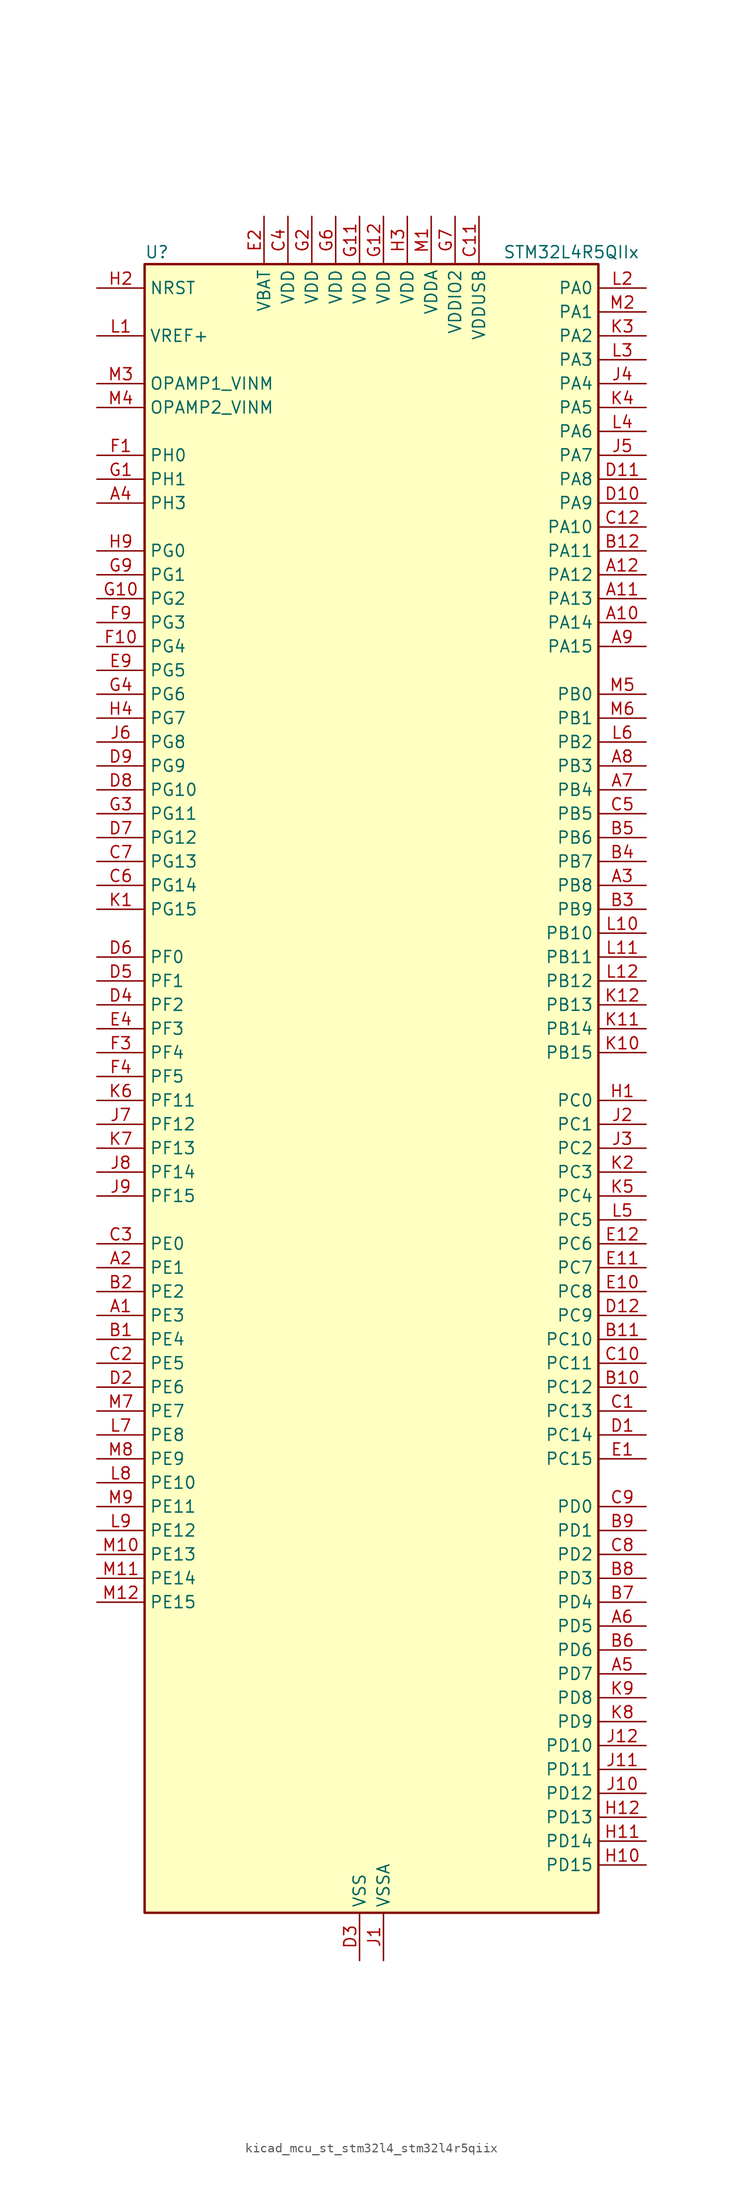
<source format=kicad_sym>
(kicad_symbol_lib
  (version 20220914)
  (generator kicad_symbol_editor)
  (symbol "kicad_mcu_st_stm32l4_stm32l4r5qiix"
    (property "Reference" "U"
      (at -22.86 90.17 0)
      (effects (font (size 1.27 1.27)) (justify left)))
    (property "Value" "STM32L4R5QIIx"
      (at 15.24 90.17 0)
      (effects (font (size 1.27 1.27)) (justify left)))
    (property "ki_locked" ""
      (at 0 0 0)
      (effects (font (size 1.27 1.27))))
    (symbol "kicad_mcu_st_stm32l4_stm32l4r5qiix_0_1"
      (rectangle (start -22.86 -86.36) (end 25.4 88.9) (stroke (width 0.254) (type default)) (fill (type background))))
    (symbol "kicad_mcu_st_stm32l4_stm32l4r5qiix_1_1"
      (pin bidirectional line (at -27.94 -22.86 0) (length 5.08) (name "PE3" (effects (font (size 1.27 1.27)))) (number "A1" (effects (font (size 1.27 1.27)))) (alternate "FMC_A19" bidirectional line) (alternate "OCTOSPIM_P1_DQS" bidirectional line) (alternate "SAI1_SD_B" bidirectional line) (alternate "SYS_TRACED0" bidirectional line) (alternate "TIM3_CH1" bidirectional line) (alternate "TSC_G7_IO2" bidirectional line))
      (pin bidirectional line (at 30.48 50.8 180) (length 5.08) (name "PA14" (effects (font (size 1.27 1.27)))) (number "A10" (effects (font (size 1.27 1.27)))) (alternate "I2C1_SMBA" bidirectional line) (alternate "I2C4_SMBA" bidirectional line) (alternate "LPTIM1_OUT" bidirectional line) (alternate "SAI1_FS_B" bidirectional line) (alternate "SYS_JTCK-SWCLK" bidirectional line) (alternate "USB_OTG_FS_SOF" bidirectional line))
      (pin bidirectional line (at 30.48 53.34 180) (length 5.08) (name "PA13" (effects (font (size 1.27 1.27)))) (number "A11" (effects (font (size 1.27 1.27)))) (alternate "IR_OUT" bidirectional line) (alternate "SAI1_SD_B" bidirectional line) (alternate "SYS_JTMS-SWDIO" bidirectional line) (alternate "USB_OTG_FS_NOE" bidirectional line))
      (pin bidirectional line (at 30.48 55.88 180) (length 5.08) (name "PA12" (effects (font (size 1.27 1.27)))) (number "A12" (effects (font (size 1.27 1.27)))) (alternate "CAN1_TX" bidirectional line) (alternate "SPI1_MOSI" bidirectional line) (alternate "TIM1_ETR" bidirectional line) (alternate "USART1_DE" bidirectional line) (alternate "USART1_RTS" bidirectional line) (alternate "USB_OTG_FS_DP" bidirectional line))
      (pin bidirectional line (at -27.94 -17.78 0) (length 5.08) (name "PE1" (effects (font (size 1.27 1.27)))) (number "A2" (effects (font (size 1.27 1.27)))) (alternate "DCMI_D3" bidirectional line) (alternate "FMC_NBL1" bidirectional line) (alternate "TIM17_CH1" bidirectional line))
      (pin bidirectional line (at 30.48 22.86 180) (length 5.08) (name "PB8" (effects (font (size 1.27 1.27)))) (number "A3" (effects (font (size 1.27 1.27)))) (alternate "CAN1_RX" bidirectional line) (alternate "DCMI_D6" bidirectional line) (alternate "DFSDM1_CKOUT" bidirectional line) (alternate "DFSDM1_DATIN6" bidirectional line) (alternate "I2C1_SCL" bidirectional line) (alternate "SAI1_CK1" bidirectional line) (alternate "SAI1_MCLK_A" bidirectional line) (alternate "SDMMC1_CKIN" bidirectional line) (alternate "SDMMC1_D4" bidirectional line) (alternate "TIM16_CH1" bidirectional line) (alternate "TIM4_CH3" bidirectional line))
      (pin bidirectional line (at -27.94 63.5 0) (length 5.08) (name "PH3" (effects (font (size 1.27 1.27)))) (number "A4" (effects (font (size 1.27 1.27)))))
      (pin bidirectional line (at 30.48 -60.96 180) (length 5.08) (name "PD7" (effects (font (size 1.27 1.27)))) (number "A5" (effects (font (size 1.27 1.27)))) (alternate "DFSDM1_CKIN1" bidirectional line) (alternate "FMC_NCE" bidirectional line) (alternate "FMC_NE1" bidirectional line) (alternate "OCTOSPIM_P1_IO7" bidirectional line) (alternate "USART2_CK" bidirectional line))
      (pin bidirectional line (at 30.48 -55.88 180) (length 5.08) (name "PD5" (effects (font (size 1.27 1.27)))) (number "A6" (effects (font (size 1.27 1.27)))) (alternate "FMC_NWE" bidirectional line) (alternate "OCTOSPIM_P1_IO5" bidirectional line) (alternate "USART2_TX" bidirectional line))
      (pin bidirectional line (at 30.48 33.02 180) (length 5.08) (name "PB4" (effects (font (size 1.27 1.27)))) (number "A7" (effects (font (size 1.27 1.27)))) (alternate "COMP2_INP" bidirectional line) (alternate "DCMI_D12" bidirectional line) (alternate "I2C3_SDA" bidirectional line) (alternate "SAI1_MCLK_B" bidirectional line) (alternate "SPI1_MISO" bidirectional line) (alternate "SPI3_MISO" bidirectional line) (alternate "SYS_JTRST" bidirectional line) (alternate "TIM17_BKIN" bidirectional line) (alternate "TIM3_CH1" bidirectional line) (alternate "TSC_G2_IO1" bidirectional line) (alternate "UART5_DE" bidirectional line) (alternate "UART5_RTS" bidirectional line) (alternate "USART1_CTS" bidirectional line) (alternate "USART1_NSS" bidirectional line))
      (pin bidirectional line (at 30.48 35.56 180) (length 5.08) (name "PB3" (effects (font (size 1.27 1.27)))) (number "A8" (effects (font (size 1.27 1.27)))) (alternate "COMP2_INM" bidirectional line) (alternate "CRS_SYNC" bidirectional line) (alternate "SAI1_SCK_B" bidirectional line) (alternate "SPI1_SCK" bidirectional line) (alternate "SPI3_SCK" bidirectional line) (alternate "SYS_JTDO-SWO" bidirectional line) (alternate "TIM2_CH2" bidirectional line) (alternate "USART1_DE" bidirectional line) (alternate "USART1_RTS" bidirectional line))
      (pin bidirectional line (at 30.48 48.26 180) (length 5.08) (name "PA15" (effects (font (size 1.27 1.27)))) (number "A9" (effects (font (size 1.27 1.27)))) (alternate "ADC1_EXTI15" bidirectional line) (alternate "SAI2_FS_B" bidirectional line) (alternate "SPI1_NSS" bidirectional line) (alternate "SPI3_NSS" bidirectional line) (alternate "SYS_JTDI" bidirectional line) (alternate "TIM2_CH1" bidirectional line) (alternate "TIM2_ETR" bidirectional line) (alternate "TSC_G3_IO1" bidirectional line) (alternate "UART4_DE" bidirectional line) (alternate "UART4_RTS" bidirectional line) (alternate "USART2_RX" bidirectional line) (alternate "USART3_DE" bidirectional line) (alternate "USART3_RTS" bidirectional line))
      (pin bidirectional line (at -27.94 -25.4 0) (length 5.08) (name "PE4" (effects (font (size 1.27 1.27)))) (number "B1" (effects (font (size 1.27 1.27)))) (alternate "DCMI_D4" bidirectional line) (alternate "DFSDM1_DATIN3" bidirectional line) (alternate "FMC_A20" bidirectional line) (alternate "SAI1_D2" bidirectional line) (alternate "SAI1_FS_A" bidirectional line) (alternate "SYS_TRACED1" bidirectional line) (alternate "TIM3_CH2" bidirectional line) (alternate "TSC_G7_IO3" bidirectional line))
      (pin bidirectional line (at 30.48 -30.48 180) (length 5.08) (name "PC12" (effects (font (size 1.27 1.27)))) (number "B10" (effects (font (size 1.27 1.27)))) (alternate "DCMI_D9" bidirectional line) (alternate "SAI2_SD_B" bidirectional line) (alternate "SDMMC1_CK" bidirectional line) (alternate "SPI3_MOSI" bidirectional line) (alternate "SYS_TRACED3" bidirectional line) (alternate "TSC_G3_IO4" bidirectional line) (alternate "UART5_TX" bidirectional line) (alternate "USART3_CK" bidirectional line))
      (pin bidirectional line (at 30.48 -25.4 180) (length 5.08) (name "PC10" (effects (font (size 1.27 1.27)))) (number "B11" (effects (font (size 1.27 1.27)))) (alternate "DCMI_D8" bidirectional line) (alternate "SAI2_SCK_B" bidirectional line) (alternate "SDMMC1_D2" bidirectional line) (alternate "SPI3_SCK" bidirectional line) (alternate "SYS_TRACED1" bidirectional line) (alternate "TSC_G3_IO2" bidirectional line) (alternate "UART4_TX" bidirectional line) (alternate "USART3_TX" bidirectional line))
      (pin bidirectional line (at 30.48 58.42 180) (length 5.08) (name "PA11" (effects (font (size 1.27 1.27)))) (number "B12" (effects (font (size 1.27 1.27)))) (alternate "ADC1_EXTI11" bidirectional line) (alternate "CAN1_RX" bidirectional line) (alternate "SPI1_MISO" bidirectional line) (alternate "TIM1_BKIN2" bidirectional line) (alternate "TIM1_CH4" bidirectional line) (alternate "USART1_CTS" bidirectional line) (alternate "USART1_NSS" bidirectional line) (alternate "USB_OTG_FS_DM" bidirectional line))
      (pin bidirectional line (at -27.94 -20.32 0) (length 5.08) (name "PE2" (effects (font (size 1.27 1.27)))) (number "B2" (effects (font (size 1.27 1.27)))) (alternate "FMC_A23" bidirectional line) (alternate "SAI1_CK1" bidirectional line) (alternate "SAI1_MCLK_A" bidirectional line) (alternate "SYS_TRACECLK" bidirectional line) (alternate "TIM3_ETR" bidirectional line) (alternate "TSC_G7_IO1" bidirectional line))
      (pin bidirectional line (at 30.48 20.32 180) (length 5.08) (name "PB9" (effects (font (size 1.27 1.27)))) (number "B3" (effects (font (size 1.27 1.27)))) (alternate "CAN1_TX" bidirectional line) (alternate "DAC1_EXTI9" bidirectional line) (alternate "DCMI_D7" bidirectional line) (alternate "DFSDM1_CKIN6" bidirectional line) (alternate "I2C1_SDA" bidirectional line) (alternate "IR_OUT" bidirectional line) (alternate "SAI1_D2" bidirectional line) (alternate "SAI1_FS_A" bidirectional line) (alternate "SDMMC1_CDIR" bidirectional line) (alternate "SDMMC1_D5" bidirectional line) (alternate "SPI2_NSS" bidirectional line) (alternate "TIM17_CH1" bidirectional line) (alternate "TIM4_CH4" bidirectional line))
      (pin bidirectional line (at 30.48 25.4 180) (length 5.08) (name "PB7" (effects (font (size 1.27 1.27)))) (number "B4" (effects (font (size 1.27 1.27)))) (alternate "COMP2_INM" bidirectional line) (alternate "DCMI_VSYNC" bidirectional line) (alternate "DFSDM1_CKIN5" bidirectional line) (alternate "FMC_NL" bidirectional line) (alternate "I2C1_SDA" bidirectional line) (alternate "I2C4_SDA" bidirectional line) (alternate "LPTIM1_IN2" bidirectional line) (alternate "SYS_PVD_IN" bidirectional line) (alternate "TIM17_CH1N" bidirectional line) (alternate "TIM4_CH2" bidirectional line) (alternate "TIM8_BKIN" bidirectional line) (alternate "TSC_G2_IO4" bidirectional line) (alternate "UART4_CTS" bidirectional line) (alternate "USART1_RX" bidirectional line))
      (pin bidirectional line (at 30.48 27.94 180) (length 5.08) (name "PB6" (effects (font (size 1.27 1.27)))) (number "B5" (effects (font (size 1.27 1.27)))) (alternate "COMP2_INP" bidirectional line) (alternate "DCMI_D5" bidirectional line) (alternate "DFSDM1_DATIN5" bidirectional line) (alternate "I2C1_SCL" bidirectional line) (alternate "I2C4_SCL" bidirectional line) (alternate "LPTIM1_ETR" bidirectional line) (alternate "SAI1_FS_B" bidirectional line) (alternate "TIM16_CH1N" bidirectional line) (alternate "TIM4_CH1" bidirectional line) (alternate "TIM8_BKIN2" bidirectional line) (alternate "TSC_G2_IO3" bidirectional line) (alternate "USART1_TX" bidirectional line))
      (pin bidirectional line (at 30.48 -58.42 180) (length 5.08) (name "PD6" (effects (font (size 1.27 1.27)))) (number "B6" (effects (font (size 1.27 1.27)))) (alternate "DCMI_D10" bidirectional line) (alternate "DFSDM1_DATIN1" bidirectional line) (alternate "FMC_NWAIT" bidirectional line) (alternate "OCTOSPIM_P1_IO6" bidirectional line) (alternate "SAI1_D1" bidirectional line) (alternate "SAI1_SD_A" bidirectional line) (alternate "SPI3_MOSI" bidirectional line) (alternate "USART2_RX" bidirectional line))
      (pin bidirectional line (at 30.48 -53.34 180) (length 5.08) (name "PD4" (effects (font (size 1.27 1.27)))) (number "B7" (effects (font (size 1.27 1.27)))) (alternate "DFSDM1_CKIN0" bidirectional line) (alternate "FMC_NOE" bidirectional line) (alternate "OCTOSPIM_P1_IO4" bidirectional line) (alternate "SPI2_MOSI" bidirectional line) (alternate "USART2_DE" bidirectional line) (alternate "USART2_RTS" bidirectional line))
      (pin bidirectional line (at 30.48 -50.8 180) (length 5.08) (name "PD3" (effects (font (size 1.27 1.27)))) (number "B8" (effects (font (size 1.27 1.27)))) (alternate "DCMI_D5" bidirectional line) (alternate "DFSDM1_DATIN0" bidirectional line) (alternate "FMC_CLK" bidirectional line) (alternate "OCTOSPIM_P2_NCS" bidirectional line) (alternate "SPI2_MISO" bidirectional line) (alternate "SPI2_SCK" bidirectional line) (alternate "USART2_CTS" bidirectional line) (alternate "USART2_NSS" bidirectional line))
      (pin bidirectional line (at 30.48 -45.72 180) (length 5.08) (name "PD1" (effects (font (size 1.27 1.27)))) (number "B9" (effects (font (size 1.27 1.27)))) (alternate "CAN1_TX" bidirectional line) (alternate "DFSDM1_CKIN7" bidirectional line) (alternate "FMC_D3" bidirectional line) (alternate "FMC_DA3" bidirectional line) (alternate "SPI2_SCK" bidirectional line))
      (pin bidirectional line (at 30.48 -33.02 180) (length 5.08) (name "PC13" (effects (font (size 1.27 1.27)))) (number "C1" (effects (font (size 1.27 1.27)))) (alternate "RTC_OUT_ALARM" bidirectional line) (alternate "RTC_OUT_CALIB" bidirectional line) (alternate "RTC_TAMP1" bidirectional line) (alternate "RTC_TS" bidirectional line) (alternate "SYS_WKUP2" bidirectional line))
      (pin bidirectional line (at 30.48 -27.94 180) (length 5.08) (name "PC11" (effects (font (size 1.27 1.27)))) (number "C10" (effects (font (size 1.27 1.27)))) (alternate "ADC1_EXTI11" bidirectional line) (alternate "DCMI_D2" bidirectional line) (alternate "DCMI_D4" bidirectional line) (alternate "OCTOSPIM_P1_NCS" bidirectional line) (alternate "SAI2_MCLK_B" bidirectional line) (alternate "SDMMC1_D3" bidirectional line) (alternate "SPI3_MISO" bidirectional line) (alternate "TSC_G3_IO3" bidirectional line) (alternate "UART4_RX" bidirectional line) (alternate "USART3_RX" bidirectional line))
      (pin power_in line (at 12.7 93.98 270) (length 5.08) (name "VDDUSB" (effects (font (size 1.27 1.27)))) (number "C11" (effects (font (size 1.27 1.27)))))
      (pin bidirectional line (at 30.48 60.96 180) (length 5.08) (name "PA10" (effects (font (size 1.27 1.27)))) (number "C12" (effects (font (size 1.27 1.27)))) (alternate "DCMI_D1" bidirectional line) (alternate "SAI1_D1" bidirectional line) (alternate "SAI1_SD_A" bidirectional line) (alternate "TIM17_BKIN" bidirectional line) (alternate "TIM1_CH3" bidirectional line) (alternate "USART1_RX" bidirectional line) (alternate "USB_OTG_FS_ID" bidirectional line))
      (pin bidirectional line (at -27.94 -27.94 0) (length 5.08) (name "PE5" (effects (font (size 1.27 1.27)))) (number "C2" (effects (font (size 1.27 1.27)))) (alternate "DCMI_D6" bidirectional line) (alternate "DFSDM1_CKIN3" bidirectional line) (alternate "FMC_A21" bidirectional line) (alternate "SAI1_CK2" bidirectional line) (alternate "SAI1_SCK_A" bidirectional line) (alternate "SYS_TRACED2" bidirectional line) (alternate "TIM3_CH3" bidirectional line) (alternate "TSC_G7_IO4" bidirectional line))
      (pin bidirectional line (at -27.94 -15.24 0) (length 5.08) (name "PE0" (effects (font (size 1.27 1.27)))) (number "C3" (effects (font (size 1.27 1.27)))) (alternate "DCMI_D2" bidirectional line) (alternate "FMC_NBL0" bidirectional line) (alternate "TIM16_CH1" bidirectional line) (alternate "TIM4_ETR" bidirectional line))
      (pin power_in line (at -7.62 93.98 270) (length 5.08) (name "VDD" (effects (font (size 1.27 1.27)))) (number "C4" (effects (font (size 1.27 1.27)))))
      (pin bidirectional line (at 30.48 30.48 180) (length 5.08) (name "PB5" (effects (font (size 1.27 1.27)))) (number "C5" (effects (font (size 1.27 1.27)))) (alternate "COMP2_OUT" bidirectional line) (alternate "DCMI_D10" bidirectional line) (alternate "I2C1_SMBA" bidirectional line) (alternate "LPTIM1_IN1" bidirectional line) (alternate "SAI1_SD_B" bidirectional line) (alternate "SPI1_MOSI" bidirectional line) (alternate "SPI3_MOSI" bidirectional line) (alternate "TIM16_BKIN" bidirectional line) (alternate "TIM3_CH2" bidirectional line) (alternate "TSC_G2_IO2" bidirectional line) (alternate "UART5_CTS" bidirectional line) (alternate "USART1_CK" bidirectional line))
      (pin bidirectional line (at -27.94 22.86 0) (length 5.08) (name "PG14" (effects (font (size 1.27 1.27)))) (number "C6" (effects (font (size 1.27 1.27)))) (alternate "FMC_A25" bidirectional line) (alternate "I2C1_SCL" bidirectional line))
      (pin bidirectional line (at -27.94 25.4 0) (length 5.08) (name "PG13" (effects (font (size 1.27 1.27)))) (number "C7" (effects (font (size 1.27 1.27)))) (alternate "FMC_A24" bidirectional line) (alternate "I2C1_SDA" bidirectional line) (alternate "USART1_CK" bidirectional line))
      (pin bidirectional line (at 30.48 -48.26 180) (length 5.08) (name "PD2" (effects (font (size 1.27 1.27)))) (number "C8" (effects (font (size 1.27 1.27)))) (alternate "DCMI_D11" bidirectional line) (alternate "SDMMC1_CMD" bidirectional line) (alternate "SYS_TRACED2" bidirectional line) (alternate "TIM3_ETR" bidirectional line) (alternate "TSC_SYNC" bidirectional line) (alternate "UART5_RX" bidirectional line) (alternate "USART3_DE" bidirectional line) (alternate "USART3_RTS" bidirectional line))
      (pin bidirectional line (at 30.48 -43.18 180) (length 5.08) (name "PD0" (effects (font (size 1.27 1.27)))) (number "C9" (effects (font (size 1.27 1.27)))) (alternate "CAN1_RX" bidirectional line) (alternate "DFSDM1_DATIN7" bidirectional line) (alternate "FMC_D2" bidirectional line) (alternate "FMC_DA2" bidirectional line) (alternate "SPI2_NSS" bidirectional line))
      (pin bidirectional line (at 30.48 -35.56 180) (length 5.08) (name "PC14" (effects (font (size 1.27 1.27)))) (number "D1" (effects (font (size 1.27 1.27)))) (alternate "RCC_OSC32_IN" bidirectional line))
      (pin bidirectional line (at 30.48 63.5 180) (length 5.08) (name "PA9" (effects (font (size 1.27 1.27)))) (number "D10" (effects (font (size 1.27 1.27)))) (alternate "DAC1_EXTI9" bidirectional line) (alternate "DCMI_D0" bidirectional line) (alternate "SAI1_FS_A" bidirectional line) (alternate "SPI2_SCK" bidirectional line) (alternate "TIM15_BKIN" bidirectional line) (alternate "TIM1_CH2" bidirectional line) (alternate "USART1_TX" bidirectional line) (alternate "USB_OTG_FS_VBUS" bidirectional line))
      (pin bidirectional line (at 30.48 66.04 180) (length 5.08) (name "PA8" (effects (font (size 1.27 1.27)))) (number "D11" (effects (font (size 1.27 1.27)))) (alternate "LPTIM2_OUT" bidirectional line) (alternate "RCC_MCO" bidirectional line) (alternate "SAI1_CK2" bidirectional line) (alternate "SAI1_SCK_A" bidirectional line) (alternate "TIM1_CH1" bidirectional line) (alternate "USART1_CK" bidirectional line) (alternate "USB_OTG_FS_SOF" bidirectional line))
      (pin bidirectional line (at 30.48 -22.86 180) (length 5.08) (name "PC9" (effects (font (size 1.27 1.27)))) (number "D12" (effects (font (size 1.27 1.27)))) (alternate "DAC1_EXTI9" bidirectional line) (alternate "DCMI_D3" bidirectional line) (alternate "I2C3_SDA" bidirectional line) (alternate "SAI2_EXTCLK" bidirectional line) (alternate "SDMMC1_D1" bidirectional line) (alternate "SYS_TRACED0" bidirectional line) (alternate "TIM3_CH4" bidirectional line) (alternate "TIM8_BKIN2" bidirectional line) (alternate "TIM8_CH4" bidirectional line) (alternate "TSC_G4_IO4" bidirectional line) (alternate "USB_OTG_FS_NOE" bidirectional line))
      (pin bidirectional line (at -27.94 -30.48 0) (length 5.08) (name "PE6" (effects (font (size 1.27 1.27)))) (number "D2" (effects (font (size 1.27 1.27)))) (alternate "DCMI_D7" bidirectional line) (alternate "FMC_A22" bidirectional line) (alternate "RTC_TAMP3" bidirectional line) (alternate "SAI1_D1" bidirectional line) (alternate "SAI1_SD_A" bidirectional line) (alternate "SYS_TRACED3" bidirectional line) (alternate "SYS_WKUP3" bidirectional line) (alternate "TIM3_CH4" bidirectional line))
      (pin power_in line (at 0 -91.44 90) (length 5.08) (name "VSS" (effects (font (size 1.27 1.27)))) (number "D3" (effects (font (size 1.27 1.27)))))
      (pin bidirectional line (at -27.94 10.16 0) (length 5.08) (name "PF2" (effects (font (size 1.27 1.27)))) (number "D4" (effects (font (size 1.27 1.27)))) (alternate "FMC_A2" bidirectional line) (alternate "I2C2_SMBA" bidirectional line) (alternate "OCTOSPIM_P2_IO2" bidirectional line))
      (pin bidirectional line (at -27.94 12.7 0) (length 5.08) (name "PF1" (effects (font (size 1.27 1.27)))) (number "D5" (effects (font (size 1.27 1.27)))) (alternate "FMC_A1" bidirectional line) (alternate "I2C2_SCL" bidirectional line) (alternate "OCTOSPIM_P2_IO1" bidirectional line))
      (pin bidirectional line (at -27.94 15.24 0) (length 5.08) (name "PF0" (effects (font (size 1.27 1.27)))) (number "D6" (effects (font (size 1.27 1.27)))) (alternate "FMC_A0" bidirectional line) (alternate "I2C2_SDA" bidirectional line) (alternate "OCTOSPIM_P2_IO0" bidirectional line))
      (pin bidirectional line (at -27.94 27.94 0) (length 5.08) (name "PG12" (effects (font (size 1.27 1.27)))) (number "D7" (effects (font (size 1.27 1.27)))) (alternate "FMC_NE4" bidirectional line) (alternate "LPTIM1_ETR" bidirectional line) (alternate "OCTOSPIM_P2_NCS" bidirectional line) (alternate "SAI2_SD_A" bidirectional line) (alternate "SPI3_NSS" bidirectional line) (alternate "USART1_DE" bidirectional line) (alternate "USART1_RTS" bidirectional line))
      (pin bidirectional line (at -27.94 33.02 0) (length 5.08) (name "PG10" (effects (font (size 1.27 1.27)))) (number "D8" (effects (font (size 1.27 1.27)))) (alternate "FMC_NE3" bidirectional line) (alternate "LPTIM1_IN1" bidirectional line) (alternate "OCTOSPIM_P2_IO7" bidirectional line) (alternate "SAI2_FS_A" bidirectional line) (alternate "SPI3_MISO" bidirectional line) (alternate "TIM15_CH1" bidirectional line) (alternate "USART1_RX" bidirectional line))
      (pin bidirectional line (at -27.94 35.56 0) (length 5.08) (name "PG9" (effects (font (size 1.27 1.27)))) (number "D9" (effects (font (size 1.27 1.27)))) (alternate "DAC1_EXTI9" bidirectional line) (alternate "FMC_NCE" bidirectional line) (alternate "FMC_NE2" bidirectional line) (alternate "OCTOSPIM_P2_IO6" bidirectional line) (alternate "SAI2_SCK_A" bidirectional line) (alternate "SPI3_SCK" bidirectional line) (alternate "TIM15_CH1N" bidirectional line) (alternate "USART1_TX" bidirectional line))
      (pin bidirectional line (at 30.48 -38.1 180) (length 5.08) (name "PC15" (effects (font (size 1.27 1.27)))) (number "E1" (effects (font (size 1.27 1.27)))) (alternate "ADC1_EXTI15" bidirectional line) (alternate "RCC_OSC32_OUT" bidirectional line))
      (pin bidirectional line (at 30.48 -20.32 180) (length 5.08) (name "PC8" (effects (font (size 1.27 1.27)))) (number "E10" (effects (font (size 1.27 1.27)))) (alternate "DCMI_D2" bidirectional line) (alternate "SDMMC1_D0" bidirectional line) (alternate "TIM3_CH3" bidirectional line) (alternate "TIM8_CH3" bidirectional line) (alternate "TSC_G4_IO3" bidirectional line))
      (pin bidirectional line (at 30.48 -17.78 180) (length 5.08) (name "PC7" (effects (font (size 1.27 1.27)))) (number "E11" (effects (font (size 1.27 1.27)))) (alternate "DCMI_D1" bidirectional line) (alternate "DFSDM1_DATIN3" bidirectional line) (alternate "SAI2_MCLK_B" bidirectional line) (alternate "SDMMC1_D123DIR" bidirectional line) (alternate "SDMMC1_D7" bidirectional line) (alternate "TIM3_CH2" bidirectional line) (alternate "TIM8_CH2" bidirectional line) (alternate "TSC_G4_IO2" bidirectional line))
      (pin bidirectional line (at 30.48 -15.24 180) (length 5.08) (name "PC6" (effects (font (size 1.27 1.27)))) (number "E12" (effects (font (size 1.27 1.27)))) (alternate "DCMI_D0" bidirectional line) (alternate "DFSDM1_CKIN3" bidirectional line) (alternate "SAI2_MCLK_A" bidirectional line) (alternate "SDMMC1_D0DIR" bidirectional line) (alternate "SDMMC1_D6" bidirectional line) (alternate "TIM3_CH1" bidirectional line) (alternate "TIM8_CH1" bidirectional line) (alternate "TSC_G4_IO1" bidirectional line))
      (pin power_in line (at -10.16 93.98 270) (length 5.08) (name "VBAT" (effects (font (size 1.27 1.27)))) (number "E2" (effects (font (size 1.27 1.27)))))
      (pin passive line (at 0 -91.44 90) (length 5.08) hide (name "VSS" (effects (font (size 1.27 1.27)))) (number "E3" (effects (font (size 1.27 1.27)))))
      (pin bidirectional line (at -27.94 7.62 0) (length 5.08) (name "PF3" (effects (font (size 1.27 1.27)))) (number "E4" (effects (font (size 1.27 1.27)))) (alternate "FMC_A3" bidirectional line) (alternate "OCTOSPIM_P2_IO3" bidirectional line))
      (pin bidirectional line (at -27.94 45.72 0) (length 5.08) (name "PG5" (effects (font (size 1.27 1.27)))) (number "E9" (effects (font (size 1.27 1.27)))) (alternate "FMC_A15" bidirectional line) (alternate "LPUART1_CTS" bidirectional line) (alternate "SAI2_SD_B" bidirectional line) (alternate "SPI1_NSS" bidirectional line))
      (pin bidirectional line (at -27.94 68.58 0) (length 5.08) (name "PH0" (effects (font (size 1.27 1.27)))) (number "F1" (effects (font (size 1.27 1.27)))) (alternate "RCC_OSC_IN" bidirectional line))
      (pin bidirectional line (at -27.94 48.26 0) (length 5.08) (name "PG4" (effects (font (size 1.27 1.27)))) (number "F10" (effects (font (size 1.27 1.27)))) (alternate "FMC_A14" bidirectional line) (alternate "SAI2_MCLK_B" bidirectional line) (alternate "SPI1_MOSI" bidirectional line))
      (pin passive line (at 0 -91.44 90) (length 5.08) hide (name "VSS" (effects (font (size 1.27 1.27)))) (number "F11" (effects (font (size 1.27 1.27)))))
      (pin passive line (at 0 -91.44 90) (length 5.08) hide (name "VSS" (effects (font (size 1.27 1.27)))) (number "F12" (effects (font (size 1.27 1.27)))))
      (pin passive line (at 0 -91.44 90) (length 5.08) hide (name "VSS" (effects (font (size 1.27 1.27)))) (number "F2" (effects (font (size 1.27 1.27)))))
      (pin bidirectional line (at -27.94 5.08 0) (length 5.08) (name "PF4" (effects (font (size 1.27 1.27)))) (number "F3" (effects (font (size 1.27 1.27)))) (alternate "FMC_A4" bidirectional line) (alternate "OCTOSPIM_P2_CLK" bidirectional line))
      (pin bidirectional line (at -27.94 2.54 0) (length 5.08) (name "PF5" (effects (font (size 1.27 1.27)))) (number "F4" (effects (font (size 1.27 1.27)))) (alternate "FMC_A5" bidirectional line))
      (pin passive line (at 0 -91.44 90) (length 5.08) hide (name "VSS" (effects (font (size 1.27 1.27)))) (number "F6" (effects (font (size 1.27 1.27)))))
      (pin passive line (at 0 -91.44 90) (length 5.08) hide (name "VSS" (effects (font (size 1.27 1.27)))) (number "F7" (effects (font (size 1.27 1.27)))))
      (pin bidirectional line (at -27.94 50.8 0) (length 5.08) (name "PG3" (effects (font (size 1.27 1.27)))) (number "F9" (effects (font (size 1.27 1.27)))) (alternate "FMC_A13" bidirectional line) (alternate "SAI2_FS_B" bidirectional line) (alternate "SPI1_MISO" bidirectional line))
      (pin bidirectional line (at -27.94 66.04 0) (length 5.08) (name "PH1" (effects (font (size 1.27 1.27)))) (number "G1" (effects (font (size 1.27 1.27)))) (alternate "RCC_OSC_OUT" bidirectional line))
      (pin bidirectional line (at -27.94 53.34 0) (length 5.08) (name "PG2" (effects (font (size 1.27 1.27)))) (number "G10" (effects (font (size 1.27 1.27)))) (alternate "FMC_A12" bidirectional line) (alternate "SAI2_SCK_B" bidirectional line) (alternate "SPI1_SCK" bidirectional line))
      (pin power_in line (at 0 93.98 270) (length 5.08) (name "VDD" (effects (font (size 1.27 1.27)))) (number "G11" (effects (font (size 1.27 1.27)))))
      (pin power_in line (at 2.54 93.98 270) (length 5.08) (name "VDD" (effects (font (size 1.27 1.27)))) (number "G12" (effects (font (size 1.27 1.27)))))
      (pin power_in line (at -5.08 93.98 270) (length 5.08) (name "VDD" (effects (font (size 1.27 1.27)))) (number "G2" (effects (font (size 1.27 1.27)))))
      (pin bidirectional line (at -27.94 30.48 0) (length 5.08) (name "PG11" (effects (font (size 1.27 1.27)))) (number "G3" (effects (font (size 1.27 1.27)))) (alternate "ADC1_EXTI11" bidirectional line) (alternate "LPTIM1_IN2" bidirectional line) (alternate "OCTOSPIM_P1_IO5" bidirectional line) (alternate "SAI2_MCLK_A" bidirectional line) (alternate "SPI3_MOSI" bidirectional line) (alternate "TIM15_CH2" bidirectional line) (alternate "USART1_CTS" bidirectional line) (alternate "USART1_NSS" bidirectional line))
      (pin bidirectional line (at -27.94 43.18 0) (length 5.08) (name "PG6" (effects (font (size 1.27 1.27)))) (number "G4" (effects (font (size 1.27 1.27)))) (alternate "I2C3_SMBA" bidirectional line) (alternate "LPUART1_DE" bidirectional line) (alternate "LPUART1_RTS" bidirectional line) (alternate "OCTOSPIM_P1_DQS" bidirectional line))
      (pin power_in line (at -2.54 93.98 270) (length 5.08) (name "VDD" (effects (font (size 1.27 1.27)))) (number "G6" (effects (font (size 1.27 1.27)))))
      (pin power_in line (at 10.16 93.98 270) (length 5.08) (name "VDDIO2" (effects (font (size 1.27 1.27)))) (number "G7" (effects (font (size 1.27 1.27)))))
      (pin bidirectional line (at -27.94 55.88 0) (length 5.08) (name "PG1" (effects (font (size 1.27 1.27)))) (number "G9" (effects (font (size 1.27 1.27)))) (alternate "FMC_A11" bidirectional line) (alternate "OCTOSPIM_P2_IO5" bidirectional line) (alternate "TSC_G8_IO4" bidirectional line))
      (pin bidirectional line (at 30.48 0 180) (length 5.08) (name "PC0" (effects (font (size 1.27 1.27)))) (number "H1" (effects (font (size 1.27 1.27)))) (alternate "ADC1_IN1" bidirectional line) (alternate "DFSDM1_DATIN4" bidirectional line) (alternate "I2C3_SCL" bidirectional line) (alternate "LPTIM1_IN1" bidirectional line) (alternate "LPTIM2_IN1" bidirectional line) (alternate "LPUART1_RX" bidirectional line) (alternate "SAI2_FS_A" bidirectional line))
      (pin bidirectional line (at 30.48 -81.28 180) (length 5.08) (name "PD15" (effects (font (size 1.27 1.27)))) (number "H10" (effects (font (size 1.27 1.27)))) (alternate "ADC1_EXTI15" bidirectional line) (alternate "FMC_D1" bidirectional line) (alternate "FMC_DA1" bidirectional line) (alternate "TIM4_CH4" bidirectional line))
      (pin bidirectional line (at 30.48 -78.74 180) (length 5.08) (name "PD14" (effects (font (size 1.27 1.27)))) (number "H11" (effects (font (size 1.27 1.27)))) (alternate "FMC_D0" bidirectional line) (alternate "FMC_DA0" bidirectional line) (alternate "TIM4_CH3" bidirectional line))
      (pin bidirectional line (at 30.48 -76.2 180) (length 5.08) (name "PD13" (effects (font (size 1.27 1.27)))) (number "H12" (effects (font (size 1.27 1.27)))) (alternate "FMC_A18" bidirectional line) (alternate "I2C4_SDA" bidirectional line) (alternate "LPTIM2_OUT" bidirectional line) (alternate "TIM4_CH2" bidirectional line) (alternate "TSC_G6_IO4" bidirectional line))
      (pin input line (at -27.94 86.36 0) (length 5.08) (name "NRST" (effects (font (size 1.27 1.27)))) (number "H2" (effects (font (size 1.27 1.27)))))
      (pin power_in line (at 5.08 93.98 270) (length 5.08) (name "VDD" (effects (font (size 1.27 1.27)))) (number "H3" (effects (font (size 1.27 1.27)))))
      (pin bidirectional line (at -27.94 40.64 0) (length 5.08) (name "PG7" (effects (font (size 1.27 1.27)))) (number "H4" (effects (font (size 1.27 1.27)))) (alternate "DFSDM1_CKOUT" bidirectional line) (alternate "FMC_INT" bidirectional line) (alternate "I2C3_SCL" bidirectional line) (alternate "LPUART1_TX" bidirectional line) (alternate "OCTOSPIM_P2_DQS" bidirectional line) (alternate "SAI1_CK1" bidirectional line) (alternate "SAI1_MCLK_A" bidirectional line))
      (pin bidirectional line (at -27.94 58.42 0) (length 5.08) (name "PG0" (effects (font (size 1.27 1.27)))) (number "H9" (effects (font (size 1.27 1.27)))) (alternate "FMC_A10" bidirectional line) (alternate "OCTOSPIM_P2_IO4" bidirectional line) (alternate "TSC_G8_IO3" bidirectional line))
      (pin power_in line (at 2.54 -91.44 90) (length 5.08) (name "VSSA" (effects (font (size 1.27 1.27)))) (number "J1" (effects (font (size 1.27 1.27)))))
      (pin bidirectional line (at 30.48 -73.66 180) (length 5.08) (name "PD12" (effects (font (size 1.27 1.27)))) (number "J10" (effects (font (size 1.27 1.27)))) (alternate "FMC_A17" bidirectional line) (alternate "FMC_ALE" bidirectional line) (alternate "I2C4_SCL" bidirectional line) (alternate "LPTIM2_IN1" bidirectional line) (alternate "SAI2_FS_A" bidirectional line) (alternate "TIM4_CH1" bidirectional line) (alternate "TSC_G6_IO3" bidirectional line) (alternate "USART3_DE" bidirectional line) (alternate "USART3_RTS" bidirectional line))
      (pin bidirectional line (at 30.48 -71.12 180) (length 5.08) (name "PD11" (effects (font (size 1.27 1.27)))) (number "J11" (effects (font (size 1.27 1.27)))) (alternate "ADC1_EXTI11" bidirectional line) (alternate "FMC_A16" bidirectional line) (alternate "FMC_CLE" bidirectional line) (alternate "I2C4_SMBA" bidirectional line) (alternate "LPTIM2_ETR" bidirectional line) (alternate "SAI2_SD_A" bidirectional line) (alternate "TSC_G6_IO2" bidirectional line) (alternate "USART3_CTS" bidirectional line) (alternate "USART3_NSS" bidirectional line))
      (pin bidirectional line (at 30.48 -68.58 180) (length 5.08) (name "PD10" (effects (font (size 1.27 1.27)))) (number "J12" (effects (font (size 1.27 1.27)))) (alternate "FMC_D15" bidirectional line) (alternate "FMC_DA15" bidirectional line) (alternate "SAI2_SCK_A" bidirectional line) (alternate "TSC_G6_IO1" bidirectional line) (alternate "USART3_CK" bidirectional line))
      (pin bidirectional line (at 30.48 -2.54 180) (length 5.08) (name "PC1" (effects (font (size 1.27 1.27)))) (number "J2" (effects (font (size 1.27 1.27)))) (alternate "ADC1_IN2" bidirectional line) (alternate "DFSDM1_CKIN4" bidirectional line) (alternate "I2C3_SDA" bidirectional line) (alternate "LPTIM1_OUT" bidirectional line) (alternate "LPUART1_TX" bidirectional line) (alternate "OCTOSPIM_P1_IO4" bidirectional line) (alternate "SAI1_SD_A" bidirectional line) (alternate "SPI2_MOSI" bidirectional line) (alternate "SYS_TRACED0" bidirectional line))
      (pin bidirectional line (at 30.48 -5.08 180) (length 5.08) (name "PC2" (effects (font (size 1.27 1.27)))) (number "J3" (effects (font (size 1.27 1.27)))) (alternate "ADC1_IN3" bidirectional line) (alternate "DFSDM1_CKOUT" bidirectional line) (alternate "LPTIM1_IN2" bidirectional line) (alternate "OCTOSPIM_P1_IO5" bidirectional line) (alternate "SPI2_MISO" bidirectional line))
      (pin bidirectional line (at 30.48 76.2 180) (length 5.08) (name "PA4" (effects (font (size 1.27 1.27)))) (number "J4" (effects (font (size 1.27 1.27)))) (alternate "ADC1_IN9" bidirectional line) (alternate "DAC1_OUT1" bidirectional line) (alternate "DCMI_HSYNC" bidirectional line) (alternate "LPTIM2_OUT" bidirectional line) (alternate "OCTOSPIM_P1_NCS" bidirectional line) (alternate "SAI1_FS_B" bidirectional line) (alternate "SPI1_NSS" bidirectional line) (alternate "SPI3_NSS" bidirectional line) (alternate "USART2_CK" bidirectional line))
      (pin bidirectional line (at 30.48 68.58 180) (length 5.08) (name "PA7" (effects (font (size 1.27 1.27)))) (number "J5" (effects (font (size 1.27 1.27)))) (alternate "ADC1_IN12" bidirectional line) (alternate "I2C3_SCL" bidirectional line) (alternate "OCTOSPIM_P1_IO2" bidirectional line) (alternate "OPAMP2_VINM" bidirectional line) (alternate "SPI1_MOSI" bidirectional line) (alternate "TIM17_CH1" bidirectional line) (alternate "TIM1_CH1N" bidirectional line) (alternate "TIM3_CH2" bidirectional line) (alternate "TIM8_CH1N" bidirectional line))
      (pin bidirectional line (at -27.94 38.1 0) (length 5.08) (name "PG8" (effects (font (size 1.27 1.27)))) (number "J6" (effects (font (size 1.27 1.27)))) (alternate "I2C3_SDA" bidirectional line) (alternate "LPUART1_RX" bidirectional line))
      (pin bidirectional line (at -27.94 -2.54 0) (length 5.08) (name "PF12" (effects (font (size 1.27 1.27)))) (number "J7" (effects (font (size 1.27 1.27)))) (alternate "FMC_A6" bidirectional line) (alternate "OCTOSPIM_P2_DQS" bidirectional line))
      (pin bidirectional line (at -27.94 -7.62 0) (length 5.08) (name "PF14" (effects (font (size 1.27 1.27)))) (number "J8" (effects (font (size 1.27 1.27)))) (alternate "DFSDM1_CKIN6" bidirectional line) (alternate "FMC_A8" bidirectional line) (alternate "I2C4_SCL" bidirectional line) (alternate "TSC_G8_IO1" bidirectional line))
      (pin bidirectional line (at -27.94 -10.16 0) (length 5.08) (name "PF15" (effects (font (size 1.27 1.27)))) (number "J9" (effects (font (size 1.27 1.27)))) (alternate "ADC1_EXTI15" bidirectional line) (alternate "FMC_A9" bidirectional line) (alternate "I2C4_SDA" bidirectional line) (alternate "TSC_G8_IO2" bidirectional line))
      (pin bidirectional line (at -27.94 20.32 0) (length 5.08) (name "PG15" (effects (font (size 1.27 1.27)))) (number "K1" (effects (font (size 1.27 1.27)))) (alternate "ADC1_EXTI15" bidirectional line) (alternate "DCMI_D13" bidirectional line) (alternate "I2C1_SMBA" bidirectional line) (alternate "LPTIM1_OUT" bidirectional line) (alternate "OCTOSPIM_P2_DQS" bidirectional line))
      (pin bidirectional line (at 30.48 5.08 180) (length 5.08) (name "PB15" (effects (font (size 1.27 1.27)))) (number "K10" (effects (font (size 1.27 1.27)))) (alternate "ADC1_EXTI15" bidirectional line) (alternate "DFSDM1_CKIN2" bidirectional line) (alternate "RTC_REFIN" bidirectional line) (alternate "SAI2_SD_A" bidirectional line) (alternate "SPI2_MOSI" bidirectional line) (alternate "TIM15_CH2" bidirectional line) (alternate "TIM1_CH3N" bidirectional line) (alternate "TIM8_CH3N" bidirectional line) (alternate "TSC_G1_IO4" bidirectional line))
      (pin bidirectional line (at 30.48 7.62 180) (length 5.08) (name "PB14" (effects (font (size 1.27 1.27)))) (number "K11" (effects (font (size 1.27 1.27)))) (alternate "DFSDM1_DATIN2" bidirectional line) (alternate "I2C2_SDA" bidirectional line) (alternate "SAI2_MCLK_A" bidirectional line) (alternate "SPI2_MISO" bidirectional line) (alternate "TIM15_CH1" bidirectional line) (alternate "TIM1_CH2N" bidirectional line) (alternate "TIM8_CH2N" bidirectional line) (alternate "TSC_G1_IO3" bidirectional line) (alternate "USART3_DE" bidirectional line) (alternate "USART3_RTS" bidirectional line))
      (pin bidirectional line (at 30.48 10.16 180) (length 5.08) (name "PB13" (effects (font (size 1.27 1.27)))) (number "K12" (effects (font (size 1.27 1.27)))) (alternate "DFSDM1_CKIN1" bidirectional line) (alternate "I2C2_SCL" bidirectional line) (alternate "LPUART1_CTS" bidirectional line) (alternate "SAI2_SCK_A" bidirectional line) (alternate "SPI2_SCK" bidirectional line) (alternate "TIM15_CH1N" bidirectional line) (alternate "TIM1_CH1N" bidirectional line) (alternate "TSC_G1_IO2" bidirectional line) (alternate "USART3_CTS" bidirectional line) (alternate "USART3_NSS" bidirectional line))
      (pin bidirectional line (at 30.48 -7.62 180) (length 5.08) (name "PC3" (effects (font (size 1.27 1.27)))) (number "K2" (effects (font (size 1.27 1.27)))) (alternate "ADC1_IN4" bidirectional line) (alternate "LPTIM1_ETR" bidirectional line) (alternate "LPTIM2_ETR" bidirectional line) (alternate "OCTOSPIM_P1_IO6" bidirectional line) (alternate "SAI1_D1" bidirectional line) (alternate "SAI1_SD_A" bidirectional line) (alternate "SPI2_MOSI" bidirectional line))
      (pin bidirectional line (at 30.48 81.28 180) (length 5.08) (name "PA2" (effects (font (size 1.27 1.27)))) (number "K3" (effects (font (size 1.27 1.27)))) (alternate "ADC1_IN7" bidirectional line) (alternate "LPUART1_TX" bidirectional line) (alternate "OCTOSPIM_P1_NCS" bidirectional line) (alternate "RCC_LSCO" bidirectional line) (alternate "SAI2_EXTCLK" bidirectional line) (alternate "SYS_WKUP4" bidirectional line) (alternate "TIM15_CH1" bidirectional line) (alternate "TIM2_CH3" bidirectional line) (alternate "TIM5_CH3" bidirectional line) (alternate "USART2_TX" bidirectional line))
      (pin bidirectional line (at 30.48 73.66 180) (length 5.08) (name "PA5" (effects (font (size 1.27 1.27)))) (number "K4" (effects (font (size 1.27 1.27)))) (alternate "ADC1_IN10" bidirectional line) (alternate "DAC1_OUT2" bidirectional line) (alternate "LPTIM2_ETR" bidirectional line) (alternate "SPI1_SCK" bidirectional line) (alternate "TIM2_CH1" bidirectional line) (alternate "TIM2_ETR" bidirectional line) (alternate "TIM8_CH1N" bidirectional line))
      (pin bidirectional line (at 30.48 -10.16 180) (length 5.08) (name "PC4" (effects (font (size 1.27 1.27)))) (number "K5" (effects (font (size 1.27 1.27)))) (alternate "ADC1_IN13" bidirectional line) (alternate "COMP1_INM" bidirectional line) (alternate "OCTOSPIM_P1_IO7" bidirectional line) (alternate "USART3_TX" bidirectional line))
      (pin bidirectional line (at -27.94 0 0) (length 5.08) (name "PF11" (effects (font (size 1.27 1.27)))) (number "K6" (effects (font (size 1.27 1.27)))) (alternate "ADC1_EXTI11" bidirectional line) (alternate "DCMI_D12" bidirectional line))
      (pin bidirectional line (at -27.94 -5.08 0) (length 5.08) (name "PF13" (effects (font (size 1.27 1.27)))) (number "K7" (effects (font (size 1.27 1.27)))) (alternate "DFSDM1_DATIN6" bidirectional line) (alternate "FMC_A7" bidirectional line) (alternate "I2C4_SMBA" bidirectional line))
      (pin bidirectional line (at 30.48 -66.04 180) (length 5.08) (name "PD9" (effects (font (size 1.27 1.27)))) (number "K8" (effects (font (size 1.27 1.27)))) (alternate "DAC1_EXTI9" bidirectional line) (alternate "DCMI_PIXCLK" bidirectional line) (alternate "FMC_D14" bidirectional line) (alternate "FMC_DA14" bidirectional line) (alternate "SAI2_MCLK_A" bidirectional line) (alternate "USART3_RX" bidirectional line))
      (pin bidirectional line (at 30.48 -63.5 180) (length 5.08) (name "PD8" (effects (font (size 1.27 1.27)))) (number "K9" (effects (font (size 1.27 1.27)))) (alternate "DCMI_HSYNC" bidirectional line) (alternate "FMC_D13" bidirectional line) (alternate "FMC_DA13" bidirectional line) (alternate "USART3_TX" bidirectional line))
      (pin input line (at -27.94 81.28 0) (length 5.08) (name "VREF+" (effects (font (size 1.27 1.27)))) (number "L1" (effects (font (size 1.27 1.27)))) (alternate "VREFBUF_OUT" bidirectional line))
      (pin bidirectional line (at 30.48 17.78 180) (length 5.08) (name "PB10" (effects (font (size 1.27 1.27)))) (number "L10" (effects (font (size 1.27 1.27)))) (alternate "COMP1_OUT" bidirectional line) (alternate "DFSDM1_DATIN7" bidirectional line) (alternate "I2C2_SCL" bidirectional line) (alternate "I2C4_SCL" bidirectional line) (alternate "LPUART1_RX" bidirectional line) (alternate "OCTOSPIM_P1_CLK" bidirectional line) (alternate "SAI1_SCK_A" bidirectional line) (alternate "SPI2_SCK" bidirectional line) (alternate "TIM2_CH3" bidirectional line) (alternate "TSC_SYNC" bidirectional line) (alternate "USART3_TX" bidirectional line))
      (pin bidirectional line (at 30.48 15.24 180) (length 5.08) (name "PB11" (effects (font (size 1.27 1.27)))) (number "L11" (effects (font (size 1.27 1.27)))) (alternate "ADC1_EXTI11" bidirectional line) (alternate "COMP2_OUT" bidirectional line) (alternate "DFSDM1_CKIN7" bidirectional line) (alternate "I2C2_SDA" bidirectional line) (alternate "I2C4_SDA" bidirectional line) (alternate "LPUART1_TX" bidirectional line) (alternate "OCTOSPIM_P1_NCS" bidirectional line) (alternate "TIM2_CH4" bidirectional line) (alternate "USART3_RX" bidirectional line))
      (pin bidirectional line (at 30.48 12.7 180) (length 5.08) (name "PB12" (effects (font (size 1.27 1.27)))) (number "L12" (effects (font (size 1.27 1.27)))) (alternate "DFSDM1_DATIN1" bidirectional line) (alternate "I2C2_SMBA" bidirectional line) (alternate "LPUART1_DE" bidirectional line) (alternate "LPUART1_RTS" bidirectional line) (alternate "SAI2_FS_A" bidirectional line) (alternate "SPI2_NSS" bidirectional line) (alternate "TIM15_BKIN" bidirectional line) (alternate "TIM1_BKIN" bidirectional line) (alternate "TSC_G1_IO1" bidirectional line) (alternate "USART3_CK" bidirectional line))
      (pin bidirectional line (at 30.48 86.36 180) (length 5.08) (name "PA0" (effects (font (size 1.27 1.27)))) (number "L2" (effects (font (size 1.27 1.27)))) (alternate "ADC1_IN5" bidirectional line) (alternate "OPAMP1_VINP" bidirectional line) (alternate "RTC_TAMP2" bidirectional line) (alternate "SAI1_EXTCLK" bidirectional line) (alternate "SYS_WKUP1" bidirectional line) (alternate "TIM2_CH1" bidirectional line) (alternate "TIM2_ETR" bidirectional line) (alternate "TIM5_CH1" bidirectional line) (alternate "TIM8_ETR" bidirectional line) (alternate "UART4_TX" bidirectional line) (alternate "USART2_CTS" bidirectional line) (alternate "USART2_NSS" bidirectional line))
      (pin bidirectional line (at 30.48 78.74 180) (length 5.08) (name "PA3" (effects (font (size 1.27 1.27)))) (number "L3" (effects (font (size 1.27 1.27)))) (alternate "ADC1_IN8" bidirectional line) (alternate "LPUART1_RX" bidirectional line) (alternate "OCTOSPIM_P1_CLK" bidirectional line) (alternate "OPAMP1_VOUT" bidirectional line) (alternate "SAI1_CK1" bidirectional line) (alternate "SAI1_MCLK_A" bidirectional line) (alternate "TIM15_CH2" bidirectional line) (alternate "TIM2_CH4" bidirectional line) (alternate "TIM5_CH4" bidirectional line) (alternate "USART2_RX" bidirectional line))
      (pin bidirectional line (at 30.48 71.12 180) (length 5.08) (name "PA6" (effects (font (size 1.27 1.27)))) (number "L4" (effects (font (size 1.27 1.27)))) (alternate "ADC1_IN11" bidirectional line) (alternate "DCMI_PIXCLK" bidirectional line) (alternate "LPUART1_CTS" bidirectional line) (alternate "OCTOSPIM_P1_IO3" bidirectional line) (alternate "OPAMP2_VINP" bidirectional line) (alternate "SPI1_MISO" bidirectional line) (alternate "TIM16_CH1" bidirectional line) (alternate "TIM1_BKIN" bidirectional line) (alternate "TIM3_CH1" bidirectional line) (alternate "TIM8_BKIN" bidirectional line) (alternate "USART3_CTS" bidirectional line) (alternate "USART3_NSS" bidirectional line))
      (pin bidirectional line (at 30.48 -12.7 180) (length 5.08) (name "PC5" (effects (font (size 1.27 1.27)))) (number "L5" (effects (font (size 1.27 1.27)))) (alternate "ADC1_IN14" bidirectional line) (alternate "COMP1_INP" bidirectional line) (alternate "SAI1_D3" bidirectional line) (alternate "SYS_WKUP5" bidirectional line) (alternate "USART3_RX" bidirectional line))
      (pin bidirectional line (at 30.48 38.1 180) (length 5.08) (name "PB2" (effects (font (size 1.27 1.27)))) (number "L6" (effects (font (size 1.27 1.27)))) (alternate "COMP1_INP" bidirectional line) (alternate "DFSDM1_CKIN0" bidirectional line) (alternate "I2C3_SMBA" bidirectional line) (alternate "LPTIM1_OUT" bidirectional line) (alternate "OCTOSPIM_P1_DQS" bidirectional line) (alternate "RTC_OUT_ALARM" bidirectional line) (alternate "RTC_OUT_CALIB" bidirectional line))
      (pin bidirectional line (at -27.94 -35.56 0) (length 5.08) (name "PE8" (effects (font (size 1.27 1.27)))) (number "L7" (effects (font (size 1.27 1.27)))) (alternate "DFSDM1_CKIN2" bidirectional line) (alternate "FMC_D5" bidirectional line) (alternate "FMC_DA5" bidirectional line) (alternate "SAI1_SCK_B" bidirectional line) (alternate "TIM1_CH1N" bidirectional line))
      (pin bidirectional line (at -27.94 -40.64 0) (length 5.08) (name "PE10" (effects (font (size 1.27 1.27)))) (number "L8" (effects (font (size 1.27 1.27)))) (alternate "DFSDM1_DATIN4" bidirectional line) (alternate "FMC_D7" bidirectional line) (alternate "FMC_DA7" bidirectional line) (alternate "OCTOSPIM_P1_CLK" bidirectional line) (alternate "SAI1_MCLK_B" bidirectional line) (alternate "TIM1_CH2N" bidirectional line) (alternate "TSC_G5_IO1" bidirectional line))
      (pin bidirectional line (at -27.94 -45.72 0) (length 5.08) (name "PE12" (effects (font (size 1.27 1.27)))) (number "L9" (effects (font (size 1.27 1.27)))) (alternate "DFSDM1_DATIN5" bidirectional line) (alternate "FMC_D9" bidirectional line) (alternate "FMC_DA9" bidirectional line) (alternate "OCTOSPIM_P1_IO0" bidirectional line) (alternate "SPI1_NSS" bidirectional line) (alternate "TIM1_CH3N" bidirectional line) (alternate "TSC_G5_IO3" bidirectional line))
      (pin power_in line (at 7.62 93.98 270) (length 5.08) (name "VDDA" (effects (font (size 1.27 1.27)))) (number "M1" (effects (font (size 1.27 1.27)))))
      (pin bidirectional line (at -27.94 -48.26 0) (length 5.08) (name "PE13" (effects (font (size 1.27 1.27)))) (number "M10" (effects (font (size 1.27 1.27)))) (alternate "DFSDM1_CKIN5" bidirectional line) (alternate "FMC_D10" bidirectional line) (alternate "FMC_DA10" bidirectional line) (alternate "OCTOSPIM_P1_IO1" bidirectional line) (alternate "SPI1_SCK" bidirectional line) (alternate "TIM1_CH3" bidirectional line) (alternate "TSC_G5_IO4" bidirectional line))
      (pin bidirectional line (at -27.94 -50.8 0) (length 5.08) (name "PE14" (effects (font (size 1.27 1.27)))) (number "M11" (effects (font (size 1.27 1.27)))) (alternate "FMC_D11" bidirectional line) (alternate "FMC_DA11" bidirectional line) (alternate "OCTOSPIM_P1_IO2" bidirectional line) (alternate "SPI1_MISO" bidirectional line) (alternate "TIM1_BKIN2" bidirectional line) (alternate "TIM1_CH4" bidirectional line))
      (pin bidirectional line (at -27.94 -53.34 0) (length 5.08) (name "PE15" (effects (font (size 1.27 1.27)))) (number "M12" (effects (font (size 1.27 1.27)))) (alternate "ADC1_EXTI15" bidirectional line) (alternate "FMC_D12" bidirectional line) (alternate "FMC_DA12" bidirectional line) (alternate "OCTOSPIM_P1_IO3" bidirectional line) (alternate "SPI1_MOSI" bidirectional line) (alternate "TIM1_BKIN" bidirectional line))
      (pin bidirectional line (at 30.48 83.82 180) (length 5.08) (name "PA1" (effects (font (size 1.27 1.27)))) (number "M2" (effects (font (size 1.27 1.27)))) (alternate "ADC1_IN6" bidirectional line) (alternate "I2C1_SMBA" bidirectional line) (alternate "OCTOSPIM_P1_DQS" bidirectional line) (alternate "OPAMP1_VINM" bidirectional line) (alternate "SPI1_SCK" bidirectional line) (alternate "TIM15_CH1N" bidirectional line) (alternate "TIM2_CH2" bidirectional line) (alternate "TIM5_CH2" bidirectional line) (alternate "UART4_RX" bidirectional line) (alternate "USART2_DE" bidirectional line) (alternate "USART2_RTS" bidirectional line))
      (pin bidirectional line (at -27.94 76.2 0) (length 5.08) (name "OPAMP1_VINM" (effects (font (size 1.27 1.27)))) (number "M3" (effects (font (size 1.27 1.27)))) (alternate "OPAMP1_VINM" bidirectional line))
      (pin bidirectional line (at -27.94 73.66 0) (length 5.08) (name "OPAMP2_VINM" (effects (font (size 1.27 1.27)))) (number "M4" (effects (font (size 1.27 1.27)))) (alternate "OPAMP2_VINM" bidirectional line))
      (pin bidirectional line (at 30.48 43.18 180) (length 5.08) (name "PB0" (effects (font (size 1.27 1.27)))) (number "M5" (effects (font (size 1.27 1.27)))) (alternate "ADC1_IN15" bidirectional line) (alternate "COMP1_OUT" bidirectional line) (alternate "OCTOSPIM_P1_IO1" bidirectional line) (alternate "OPAMP2_VOUT" bidirectional line) (alternate "SAI1_EXTCLK" bidirectional line) (alternate "SPI1_NSS" bidirectional line) (alternate "TIM1_CH2N" bidirectional line) (alternate "TIM3_CH3" bidirectional line) (alternate "TIM8_CH2N" bidirectional line) (alternate "USART3_CK" bidirectional line))
      (pin bidirectional line (at 30.48 40.64 180) (length 5.08) (name "PB1" (effects (font (size 1.27 1.27)))) (number "M6" (effects (font (size 1.27 1.27)))) (alternate "ADC1_IN16" bidirectional line) (alternate "COMP1_INM" bidirectional line) (alternate "DFSDM1_DATIN0" bidirectional line) (alternate "LPTIM2_IN1" bidirectional line) (alternate "LPUART1_DE" bidirectional line) (alternate "LPUART1_RTS" bidirectional line) (alternate "OCTOSPIM_P1_IO0" bidirectional line) (alternate "TIM1_CH3N" bidirectional line) (alternate "TIM3_CH4" bidirectional line) (alternate "TIM8_CH3N" bidirectional line) (alternate "USART3_DE" bidirectional line) (alternate "USART3_RTS" bidirectional line))
      (pin bidirectional line (at -27.94 -33.02 0) (length 5.08) (name "PE7" (effects (font (size 1.27 1.27)))) (number "M7" (effects (font (size 1.27 1.27)))) (alternate "DFSDM1_DATIN2" bidirectional line) (alternate "FMC_D4" bidirectional line) (alternate "FMC_DA4" bidirectional line) (alternate "SAI1_SD_B" bidirectional line) (alternate "TIM1_ETR" bidirectional line))
      (pin bidirectional line (at -27.94 -38.1 0) (length 5.08) (name "PE9" (effects (font (size 1.27 1.27)))) (number "M8" (effects (font (size 1.27 1.27)))) (alternate "DAC1_EXTI9" bidirectional line) (alternate "DFSDM1_CKOUT" bidirectional line) (alternate "FMC_D6" bidirectional line) (alternate "FMC_DA6" bidirectional line) (alternate "SAI1_FS_B" bidirectional line) (alternate "TIM1_CH1" bidirectional line))
      (pin bidirectional line (at -27.94 -43.18 0) (length 5.08) (name "PE11" (effects (font (size 1.27 1.27)))) (number "M9" (effects (font (size 1.27 1.27)))) (alternate "ADC1_EXTI11" bidirectional line) (alternate "DFSDM1_CKIN4" bidirectional line) (alternate "FMC_D8" bidirectional line) (alternate "FMC_DA8" bidirectional line) (alternate "OCTOSPIM_P1_NCS" bidirectional line) (alternate "TIM1_CH2" bidirectional line) (alternate "TSC_G5_IO2" bidirectional line)))))
</source>
